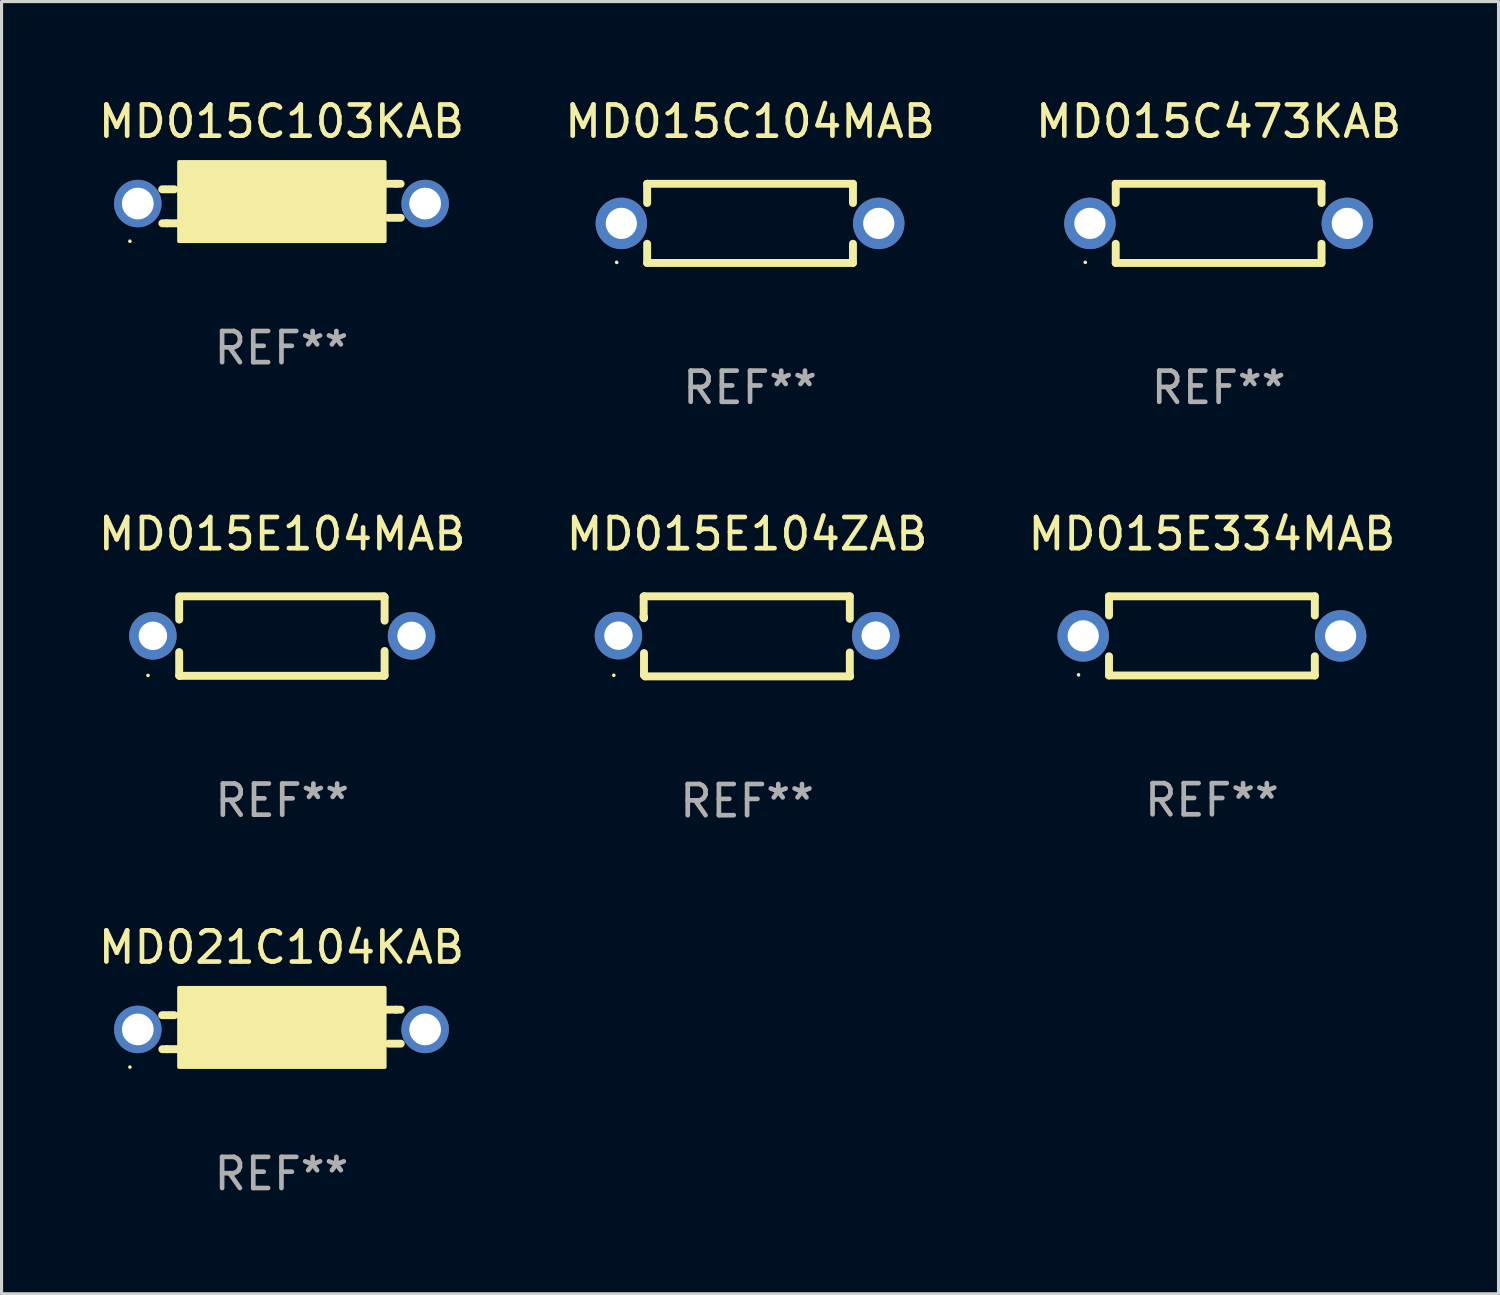
<source format=kicad_pcb>
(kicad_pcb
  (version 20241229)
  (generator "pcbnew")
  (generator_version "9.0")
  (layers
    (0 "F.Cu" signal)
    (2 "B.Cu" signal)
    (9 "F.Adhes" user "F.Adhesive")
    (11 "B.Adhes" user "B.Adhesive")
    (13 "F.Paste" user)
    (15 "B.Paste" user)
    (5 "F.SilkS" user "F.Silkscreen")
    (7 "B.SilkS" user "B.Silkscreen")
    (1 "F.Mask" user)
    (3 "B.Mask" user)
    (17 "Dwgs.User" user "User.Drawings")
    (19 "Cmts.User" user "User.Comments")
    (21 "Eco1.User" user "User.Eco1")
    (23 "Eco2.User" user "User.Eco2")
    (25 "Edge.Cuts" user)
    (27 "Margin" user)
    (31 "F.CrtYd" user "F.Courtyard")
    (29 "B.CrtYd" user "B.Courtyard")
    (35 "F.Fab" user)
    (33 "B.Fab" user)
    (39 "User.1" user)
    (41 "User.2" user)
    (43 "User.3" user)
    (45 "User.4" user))
  (footprint "MD015C103KAB"
    (layer "F.Cu")
    (at 5.982 3.482)
    (property "Reference" "MD015C103KAB" (at 0 -2.634 0) (layer "F.SilkS") (effects (font (size 1 1) (thickness 0.15))))
    (attr through_hole)
    (fp_line (start -3.673 0.634) (end -3.823 0.634) (stroke (width 0.254) (type solid)) (layer "F.SilkS"))
    (fp_line (start -3.438 -0.457) (end -3.828 -0.457) (stroke (width 0.254) (type solid)) (layer "F.SilkS"))
    (fp_line (start -3.353 0.634) (end -3.673 0.634) (stroke (width 0.254) (type solid)) (layer "F.SilkS"))
    (fp_line (start 3.353 -0.634) (end 3.673 -0.634) (stroke (width 0.254) (type solid)) (layer "F.SilkS"))
    (fp_line (start 3.438 0.457) (end 3.828 0.457) (stroke (width 0.254) (type solid)) (layer "F.SilkS"))
    (fp_line (start 3.673 -0.634) (end 3.823 -0.634) (stroke (width 0.254) (type solid)) (layer "F.SilkS"))
    (fp_circle (center -4.864 1.208) (end -4.834 1.208) (stroke (width 0.06) (type solid)) (fill no) (layer "F.SilkS"))
    (fp_poly (pts (xy -3.287 -1.335) (xy 3.313 -1.335) (xy 3.313 1.208) (xy -3.287 1.208)) (stroke (width 0.12) (type solid)) (fill yes) (layer "F.SilkS"))
    (fp_text user "REF**" (at 0 4.634 0) (layer "F.Fab") (effects (font (size 1 1) (thickness 0.15))))
    (pad "1" thru_hole circle (at -4.61 -0.000013) (size 1.524 1.524) (drill 1.016) (layers "*.Cu" "*.Mask"))
    (pad "2" thru_hole circle (at 4.61 -0.000013) (size 1.524 1.524) (drill 1.016) (layers "*.Cu" "*.Mask")))
  (footprint "MD015C104MAB"
    (layer "F.Cu")
    (at 21.018 4.118)
    (property "Reference" "MD015C104MAB" (at 0 -3.27 0) (layer "F.SilkS") (effects (font (size 1 1) (thickness 0.15))))
    (attr through_hole)
    (fp_line (start -3.302 -1.27) (end -3.302 -0.654) (stroke (width 0.254) (type solid)) (layer "F.SilkS"))
    (fp_line (start -3.302 0.654) (end -3.302 1.27) (stroke (width 0.254) (type solid)) (layer "F.SilkS"))
    (fp_line (start -3.302 1.27) (end 3.302 1.27) (stroke (width 0.254) (type solid)) (layer "F.SilkS"))
    (fp_line (start 3.302 -1.27) (end -3.302 -1.27) (stroke (width 0.254) (type solid)) (layer "F.SilkS"))
    (fp_line (start 3.302 -0.654) (end 3.302 -1.27) (stroke (width 0.254) (type solid)) (layer "F.SilkS"))
    (fp_line (start 3.302 1.27) (end 3.302 0.654) (stroke (width 0.254) (type solid)) (layer "F.SilkS"))
    (fp_circle (center -4.28 1.25) (end -4.25 1.25) (stroke (width 0.06) (type solid)) (fill no) (layer "F.SilkS"))
    (fp_text user "REF**" (at 0 5.27 0) (layer "F.Fab") (effects (font (size 1 1) (thickness 0.15))))
    (pad "1" thru_hole circle (at -4.13 0) (size 1.65 1.65) (drill 1) (layers "*.Cu" "*.Mask"))
    (pad "2" thru_hole circle (at 4.13 0) (size 1.65 1.65) (drill 1) (layers "*.Cu" "*.Mask")))
  (footprint "MD015E104MAB"
    (layer "F.Cu")
    (at 6.006 17.361)
    (property "Reference" "MD015E104MAB" (at 0 -3.276 0) (layer "F.SilkS") (effects (font (size 1 1) (thickness 0.15))))
    (attr through_hole)
    (fp_line (start -3.306 -0.529) (end -3.306 -1.251) (stroke (width 0.254) (type solid)) (layer "F.SilkS"))
    (fp_line (start -3.306 1.264) (end -3.306 0.513) (stroke (width 0.254) (type solid)) (layer "F.SilkS"))
    (fp_line (start -3.293 -1.276) (end 3.26 -1.276) (stroke (width 0.254) (type solid)) (layer "F.SilkS"))
    (fp_line (start -3.293 1.276) (end -3.306 1.264) (stroke (width 0.254) (type solid)) (layer "F.SilkS"))
    (fp_line (start 3.26 -1.276) (end 3.285 -1.251) (stroke (width 0.254) (type solid)) (layer "F.SilkS"))
    (fp_line (start 3.273 1.276) (end -3.293 1.276) (stroke (width 0.254) (type solid)) (layer "F.SilkS"))
    (fp_line (start 3.285 -1.251) (end 3.285 -0.494) (stroke (width 0.254) (type solid)) (layer "F.SilkS"))
    (fp_line (start 3.285 0.478) (end 3.285 1.264) (stroke (width 0.254) (type solid)) (layer "F.SilkS"))
    (fp_line (start 3.285 1.264) (end 3.273 1.276) (stroke (width 0.254) (type solid)) (layer "F.SilkS"))
    (fp_circle (center -4.307 1.262) (end -4.277 1.262) (stroke (width 0.06) (type solid)) (fill no) (layer "F.SilkS"))
    (fp_text user "REF**" (at 0 5.276 0) (layer "F.Fab") (effects (font (size 1 1) (thickness 0.15))))
    (pad "1" thru_hole circle (at -4.15 -0.008) (size 1.524 1.524) (drill 0.914) (layers "*.Cu" "*.Mask"))
    (pad "2" thru_hole circle (at 4.15 -0.008) (size 1.524 1.524) (drill 0.914) (layers "*.Cu" "*.Mask")))
  (footprint "MD021C104KAB"
    (layer "F.Cu")
    (at 5.982 29.983)
    (property "Reference" "MD021C104KAB" (at 0 -2.634 0) (layer "F.SilkS") (effects (font (size 1 1) (thickness 0.15))))
    (attr through_hole)
    (fp_line (start -3.673 0.634) (end -3.823 0.634) (stroke (width 0.254) (type solid)) (layer "F.SilkS"))
    (fp_line (start -3.438 -0.457) (end -3.828 -0.457) (stroke (width 0.254) (type solid)) (layer "F.SilkS"))
    (fp_line (start -3.353 0.634) (end -3.673 0.634) (stroke (width 0.254) (type solid)) (layer "F.SilkS"))
    (fp_line (start 3.353 -0.634) (end 3.673 -0.634) (stroke (width 0.254) (type solid)) (layer "F.SilkS"))
    (fp_line (start 3.438 0.457) (end 3.828 0.457) (stroke (width 0.254) (type solid)) (layer "F.SilkS"))
    (fp_line (start 3.673 -0.634) (end 3.823 -0.634) (stroke (width 0.254) (type solid)) (layer "F.SilkS"))
    (fp_circle (center -4.864 1.208) (end -4.834 1.208) (stroke (width 0.06) (type solid)) (fill no) (layer "F.SilkS"))
    (fp_poly (pts (xy -3.287 -1.335) (xy 3.313 -1.335) (xy 3.313 1.208) (xy -3.287 1.208)) (stroke (width 0.12) (type solid)) (fill yes) (layer "F.SilkS"))
    (fp_text user "REF**" (at 0 4.634 0) (layer "F.Fab") (effects (font (size 1 1) (thickness 0.15))))
    (pad "1" thru_hole circle (at -4.61 -0.000013) (size 1.524 1.524) (drill 1.016) (layers "*.Cu" "*.Mask"))
    (pad "2" thru_hole circle (at 4.61 -0.000013) (size 1.524 1.524) (drill 1.016) (layers "*.Cu" "*.Mask")))
  (footprint "MD015E334MAB"
    (layer "F.Cu")
    (at 35.839 17.355)
    (property "Reference" "MD015E334MAB" (at 0 -3.27 0) (layer "F.SilkS") (effects (font (size 1 1) (thickness 0.15))))
    (attr through_hole)
    (fp_line (start -3.302 -1.27) (end -3.302 -0.654) (stroke (width 0.254) (type solid)) (layer "F.SilkS"))
    (fp_line (start -3.302 0.654) (end -3.302 1.27) (stroke (width 0.254) (type solid)) (layer "F.SilkS"))
    (fp_line (start -3.302 1.27) (end 3.302 1.27) (stroke (width 0.254) (type solid)) (layer "F.SilkS"))
    (fp_line (start 3.302 -1.27) (end -3.302 -1.27) (stroke (width 0.254) (type solid)) (layer "F.SilkS"))
    (fp_line (start 3.302 -0.654) (end 3.302 -1.27) (stroke (width 0.254) (type solid)) (layer "F.SilkS"))
    (fp_line (start 3.302 1.27) (end 3.302 0.654) (stroke (width 0.254) (type solid)) (layer "F.SilkS"))
    (fp_circle (center -4.28 1.25) (end -4.25 1.25) (stroke (width 0.06) (type solid)) (fill no) (layer "F.SilkS"))
    (fp_text user "REF**" (at 0 5.27 0) (layer "F.Fab") (effects (font (size 1 1) (thickness 0.15))))
    (pad "1" thru_hole circle (at -4.13 0) (size 1.65 1.65) (drill 1) (layers "*.Cu" "*.Mask"))
    (pad "2" thru_hole circle (at 4.13 0) (size 1.65 1.65) (drill 1) (layers "*.Cu" "*.Mask")))
  (footprint "MD015E104ZAB"
    (layer "F.Cu")
    (at 20.923 17.369)
    (property "Reference" "MD015E104ZAB" (at 0 -3.284 0) (layer "F.SilkS") (effects (font (size 1 1) (thickness 0.15))))
    (attr through_hole)
    (fp_line (start -3.318 -1.275) (end -3.308 -1.284) (stroke (width 0.254) (type solid)) (layer "F.SilkS"))
    (fp_line (start -3.318 -0.595) (end -3.318 -1.275) (stroke (width 0.254) (type solid)) (layer "F.SilkS"))
    (fp_line (start -3.308 -1.284) (end 3.296 -1.284) (stroke (width 0.254) (type solid)) (layer "F.SilkS"))
    (fp_line (start -3.308 -0.607) (end -3.327 -0.626) (stroke (width 0.254) (type solid)) (layer "F.SilkS"))
    (fp_line (start -3.308 -0.581) (end -3.308 -0.607) (stroke (width 0.254) (type solid)) (layer "F.SilkS"))
    (fp_line (start -3.308 1.246) (end -3.308 0.536) (stroke (width 0.254) (type solid)) (layer "F.SilkS"))
    (fp_line (start -3.271 1.284) (end -3.308 1.246) (stroke (width 0.254) (type solid)) (layer "F.SilkS"))
    (fp_line (start 3.296 -1.284) (end 3.296 -0.562) (stroke (width 0.254) (type solid)) (layer "F.SilkS"))
    (fp_line (start 3.296 0.518) (end 3.296 1.275) (stroke (width 0.254) (type solid)) (layer "F.SilkS"))
    (fp_line (start 3.296 1.275) (end 3.305 1.284) (stroke (width 0.254) (type solid)) (layer "F.SilkS"))
    (fp_line (start 3.305 1.284) (end -3.271 1.284) (stroke (width 0.254) (type solid)) (layer "F.SilkS"))
    (fp_circle (center -4.278 1.248) (end -4.248 1.248) (stroke (width 0.06) (type solid)) (fill no) (layer "F.SilkS"))
    (fp_text user "REF**" (at 0 5.284 0) (layer "F.Fab") (effects (font (size 1 1) (thickness 0.15))))
    (pad "1" thru_hole circle (at -4.128 -0.022) (size 1.524 1.524) (drill 0.914) (layers "*.Cu" "*.Mask"))
    (pad "2" thru_hole circle (at 4.128 -0.022) (size 1.524 1.524) (drill 0.914) (layers "*.Cu" "*.Mask")))
  (footprint "MD015C473KAB"
    (layer "F.Cu")
    (at 36.054 4.118)
    (property "Reference" "MD015C473KAB" (at 0 -3.27 0) (layer "F.SilkS") (effects (font (size 1 1) (thickness 0.15))))
    (attr through_hole)
    (fp_line (start -3.302 -1.27) (end -3.302 -0.654) (stroke (width 0.254) (type solid)) (layer "F.SilkS"))
    (fp_line (start -3.302 0.654) (end -3.302 1.27) (stroke (width 0.254) (type solid)) (layer "F.SilkS"))
    (fp_line (start -3.302 1.27) (end 3.302 1.27) (stroke (width 0.254) (type solid)) (layer "F.SilkS"))
    (fp_line (start 3.302 -1.27) (end -3.302 -1.27) (stroke (width 0.254) (type solid)) (layer "F.SilkS"))
    (fp_line (start 3.302 -0.654) (end 3.302 -1.27) (stroke (width 0.254) (type solid)) (layer "F.SilkS"))
    (fp_line (start 3.302 1.27) (end 3.302 0.654) (stroke (width 0.254) (type solid)) (layer "F.SilkS"))
    (fp_circle (center -4.28 1.25) (end -4.25 1.25) (stroke (width 0.06) (type solid)) (fill no) (layer "F.SilkS"))
    (fp_text user "REF**" (at 0 5.27 0) (layer "F.Fab") (effects (font (size 1 1) (thickness 0.15))))
    (pad "1" thru_hole circle (at -4.13 0) (size 1.65 1.65) (drill 1) (layers "*.Cu" "*.Mask"))
    (pad "2" thru_hole circle (at 4.13 0) (size 1.65 1.65) (drill 1) (layers "*.Cu" "*.Mask")))
  (gr_rect
    (start -3 -3)
    (end 45.036 38.465)
    (stroke (width 0.1) (type default))
    (fill no)
    (layer "Edge.Cuts")))
</source>
